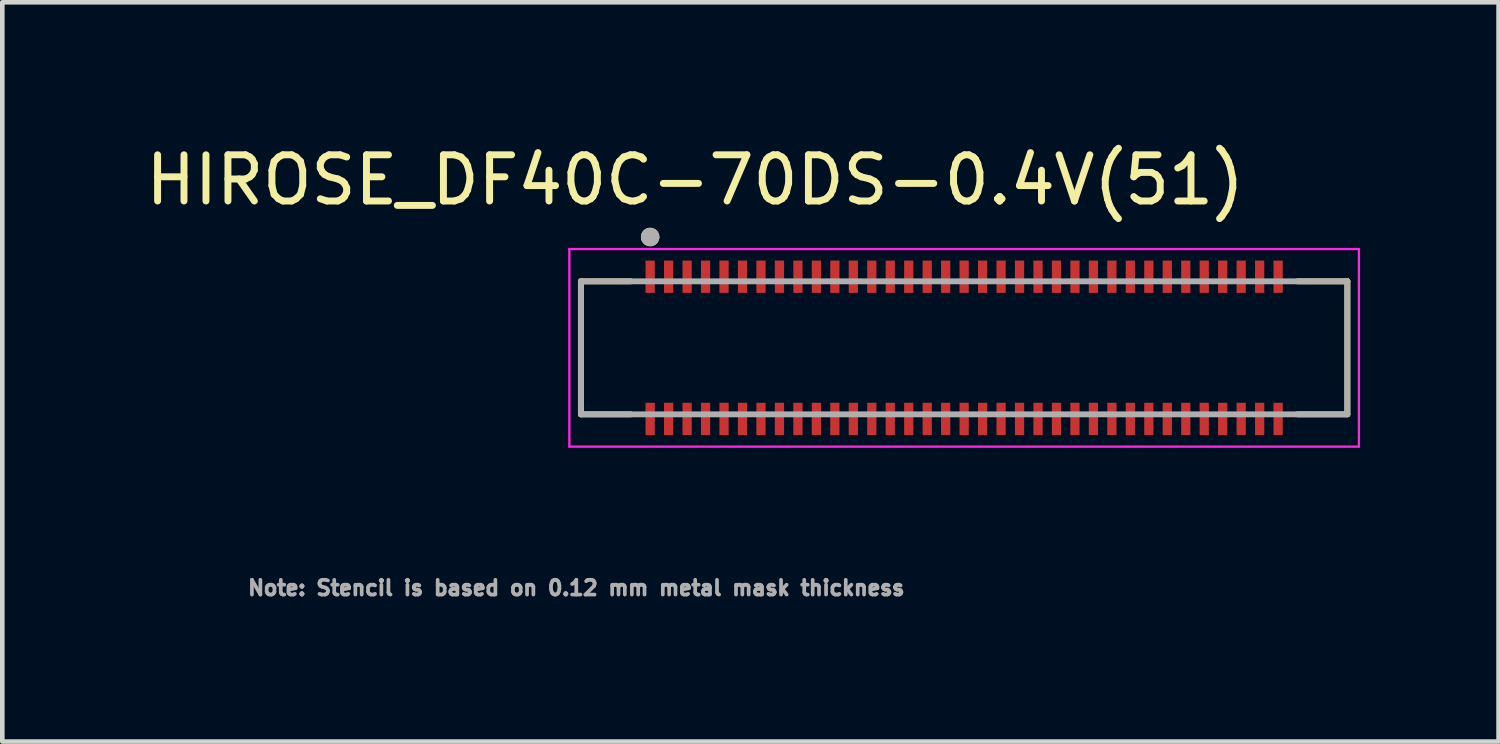
<source format=kicad_pcb>
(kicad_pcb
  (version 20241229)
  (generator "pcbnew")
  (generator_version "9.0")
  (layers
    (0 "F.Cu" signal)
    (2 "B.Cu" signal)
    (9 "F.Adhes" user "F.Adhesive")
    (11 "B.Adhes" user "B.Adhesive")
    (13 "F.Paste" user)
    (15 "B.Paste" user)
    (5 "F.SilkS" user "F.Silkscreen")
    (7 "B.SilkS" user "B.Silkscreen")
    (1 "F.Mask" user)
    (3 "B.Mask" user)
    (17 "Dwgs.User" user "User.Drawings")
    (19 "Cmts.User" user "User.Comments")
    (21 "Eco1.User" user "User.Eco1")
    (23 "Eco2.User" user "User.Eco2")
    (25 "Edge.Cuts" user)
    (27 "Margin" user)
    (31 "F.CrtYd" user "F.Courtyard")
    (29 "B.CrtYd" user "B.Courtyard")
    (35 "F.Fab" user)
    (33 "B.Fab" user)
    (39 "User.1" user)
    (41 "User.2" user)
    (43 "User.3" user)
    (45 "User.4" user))
  (footprint "HIROSE_DF40C-70DS-0.4V(51)"
    (layer "F.Cu")
    (at 17.831 4.483)
    (property "Reference" "HIROSE_DF40C-70DS-0.4V(51)" (at -5.825 -3.635 0) (layer "F.SilkS") (effects (font (size 1 1) (thickness 0.15))))
    (attr through_hole)
    (fp_line (start -8.3 -1.44) (end -8.3 1.44) (stroke (width 0.127) (type solid)) (layer "F.SilkS"))
    (fp_line (start -8.3 1.44) (end -7.22 1.44) (stroke (width 0.127) (type solid)) (layer "F.SilkS"))
    (fp_line (start -7.22 -1.44) (end -8.3 -1.44) (stroke (width 0.127) (type solid)) (layer "F.SilkS"))
    (fp_line (start 7.22 1.44) (end 8.3 1.44) (stroke (width 0.127) (type solid)) (layer "F.SilkS"))
    (fp_line (start 8.3 -1.44) (end 7.22 -1.44) (stroke (width 0.127) (type solid)) (layer "F.SilkS"))
    (fp_line (start 8.3 1.44) (end 8.3 -1.44) (stroke (width 0.127) (type solid)) (layer "F.SilkS"))
    (fp_circle (center -6.8 -2.4) (end -6.7 -2.4) (stroke (width 0.2) (type solid)) (fill no) (layer "F.SilkS"))
    (fp_poly (pts (xy -6.88 -1.82) (xy -6.72 -1.82) (xy -6.72 -1.26) (xy -6.88 -1.26)) (stroke (width 0.01) (type solid)) (fill yes) (layer "F.Paste"))
    (fp_poly (pts (xy -6.88 1.26) (xy -6.72 1.26) (xy -6.72 1.82) (xy -6.88 1.82)) (stroke (width 0.01) (type solid)) (fill yes) (layer "F.Paste"))
    (fp_poly (pts (xy -6.48 -1.82) (xy -6.32 -1.82) (xy -6.32 -1.26) (xy -6.48 -1.26)) (stroke (width 0.01) (type solid)) (fill yes) (layer "F.Paste"))
    (fp_poly (pts (xy -6.48 1.26) (xy -6.32 1.26) (xy -6.32 1.82) (xy -6.48 1.82)) (stroke (width 0.01) (type solid)) (fill yes) (layer "F.Paste"))
    (fp_poly (pts (xy -6.08 -1.82) (xy -5.92 -1.82) (xy -5.92 -1.26) (xy -6.08 -1.26)) (stroke (width 0.01) (type solid)) (fill yes) (layer "F.Paste"))
    (fp_poly (pts (xy -6.08 1.26) (xy -5.92 1.26) (xy -5.92 1.82) (xy -6.08 1.82)) (stroke (width 0.01) (type solid)) (fill yes) (layer "F.Paste"))
    (fp_poly (pts (xy -5.68 -1.82) (xy -5.52 -1.82) (xy -5.52 -1.26) (xy -5.68 -1.26)) (stroke (width 0.01) (type solid)) (fill yes) (layer "F.Paste"))
    (fp_poly (pts (xy -5.68 1.26) (xy -5.52 1.26) (xy -5.52 1.82) (xy -5.68 1.82)) (stroke (width 0.01) (type solid)) (fill yes) (layer "F.Paste"))
    (fp_poly (pts (xy -5.28 -1.82) (xy -5.12 -1.82) (xy -5.12 -1.26) (xy -5.28 -1.26)) (stroke (width 0.01) (type solid)) (fill yes) (layer "F.Paste"))
    (fp_poly (pts (xy -5.28 1.26) (xy -5.12 1.26) (xy -5.12 1.82) (xy -5.28 1.82)) (stroke (width 0.01) (type solid)) (fill yes) (layer "F.Paste"))
    (fp_poly (pts (xy -4.88 -1.82) (xy -4.72 -1.82) (xy -4.72 -1.26) (xy -4.88 -1.26)) (stroke (width 0.01) (type solid)) (fill yes) (layer "F.Paste"))
    (fp_poly (pts (xy -4.88 1.26) (xy -4.72 1.26) (xy -4.72 1.82) (xy -4.88 1.82)) (stroke (width 0.01) (type solid)) (fill yes) (layer "F.Paste"))
    (fp_poly (pts (xy -4.48 -1.82) (xy -4.32 -1.82) (xy -4.32 -1.26) (xy -4.48 -1.26)) (stroke (width 0.01) (type solid)) (fill yes) (layer "F.Paste"))
    (fp_poly (pts (xy -4.48 1.26) (xy -4.32 1.26) (xy -4.32 1.82) (xy -4.48 1.82)) (stroke (width 0.01) (type solid)) (fill yes) (layer "F.Paste"))
    (fp_poly (pts (xy -4.08 -1.82) (xy -3.92 -1.82) (xy -3.92 -1.26) (xy -4.08 -1.26)) (stroke (width 0.01) (type solid)) (fill yes) (layer "F.Paste"))
    (fp_poly (pts (xy -4.08 1.26) (xy -3.92 1.26) (xy -3.92 1.82) (xy -4.08 1.82)) (stroke (width 0.01) (type solid)) (fill yes) (layer "F.Paste"))
    (fp_poly (pts (xy -3.68 -1.82) (xy -3.52 -1.82) (xy -3.52 -1.26) (xy -3.68 -1.26)) (stroke (width 0.01) (type solid)) (fill yes) (layer "F.Paste"))
    (fp_poly (pts (xy -3.68 1.26) (xy -3.52 1.26) (xy -3.52 1.82) (xy -3.68 1.82)) (stroke (width 0.01) (type solid)) (fill yes) (layer "F.Paste"))
    (fp_poly (pts (xy -3.28 -1.82) (xy -3.12 -1.82) (xy -3.12 -1.26) (xy -3.28 -1.26)) (stroke (width 0.01) (type solid)) (fill yes) (layer "F.Paste"))
    (fp_poly (pts (xy -3.28 1.26) (xy -3.12 1.26) (xy -3.12 1.82) (xy -3.28 1.82)) (stroke (width 0.01) (type solid)) (fill yes) (layer "F.Paste"))
    (fp_poly (pts (xy -2.88 -1.82) (xy -2.72 -1.82) (xy -2.72 -1.26) (xy -2.88 -1.26)) (stroke (width 0.01) (type solid)) (fill yes) (layer "F.Paste"))
    (fp_poly (pts (xy -2.88 1.26) (xy -2.72 1.26) (xy -2.72 1.82) (xy -2.88 1.82)) (stroke (width 0.01) (type solid)) (fill yes) (layer "F.Paste"))
    (fp_poly (pts (xy -2.48 -1.82) (xy -2.32 -1.82) (xy -2.32 -1.26) (xy -2.48 -1.26)) (stroke (width 0.01) (type solid)) (fill yes) (layer "F.Paste"))
    (fp_poly (pts (xy -2.48 1.26) (xy -2.32 1.26) (xy -2.32 1.82) (xy -2.48 1.82)) (stroke (width 0.01) (type solid)) (fill yes) (layer "F.Paste"))
    (fp_poly (pts (xy -2.08 -1.82) (xy -1.92 -1.82) (xy -1.92 -1.26) (xy -2.08 -1.26)) (stroke (width 0.01) (type solid)) (fill yes) (layer "F.Paste"))
    (fp_poly (pts (xy -2.08 1.26) (xy -1.92 1.26) (xy -1.92 1.82) (xy -2.08 1.82)) (stroke (width 0.01) (type solid)) (fill yes) (layer "F.Paste"))
    (fp_poly (pts (xy -1.68 -1.82) (xy -1.52 -1.82) (xy -1.52 -1.26) (xy -1.68 -1.26)) (stroke (width 0.01) (type solid)) (fill yes) (layer "F.Paste"))
    (fp_poly (pts (xy -1.68 1.26) (xy -1.52 1.26) (xy -1.52 1.82) (xy -1.68 1.82)) (stroke (width 0.01) (type solid)) (fill yes) (layer "F.Paste"))
    (fp_poly (pts (xy -1.28 -1.82) (xy -1.12 -1.82) (xy -1.12 -1.26) (xy -1.28 -1.26)) (stroke (width 0.01) (type solid)) (fill yes) (layer "F.Paste"))
    (fp_poly (pts (xy -1.28 1.26) (xy -1.12 1.26) (xy -1.12 1.82) (xy -1.28 1.82)) (stroke (width 0.01) (type solid)) (fill yes) (layer "F.Paste"))
    (fp_poly (pts (xy -0.88 -1.82) (xy -0.72 -1.82) (xy -0.72 -1.26) (xy -0.88 -1.26)) (stroke (width 0.01) (type solid)) (fill yes) (layer "F.Paste"))
    (fp_poly (pts (xy -0.88 1.26) (xy -0.72 1.26) (xy -0.72 1.82) (xy -0.88 1.82)) (stroke (width 0.01) (type solid)) (fill yes) (layer "F.Paste"))
    (fp_poly (pts (xy -0.48 -1.82) (xy -0.32 -1.82) (xy -0.32 -1.26) (xy -0.48 -1.26)) (stroke (width 0.01) (type solid)) (fill yes) (layer "F.Paste"))
    (fp_poly (pts (xy -0.48 1.26) (xy -0.32 1.26) (xy -0.32 1.82) (xy -0.48 1.82)) (stroke (width 0.01) (type solid)) (fill yes) (layer "F.Paste"))
    (fp_poly (pts (xy -0.08 -1.82) (xy 0.08 -1.82) (xy 0.08 -1.26) (xy -0.08 -1.26)) (stroke (width 0.01) (type solid)) (fill yes) (layer "F.Paste"))
    (fp_poly (pts (xy -0.08 1.26) (xy 0.08 1.26) (xy 0.08 1.82) (xy -0.08 1.82)) (stroke (width 0.01) (type solid)) (fill yes) (layer "F.Paste"))
    (fp_poly (pts (xy 0.32 -1.82) (xy 0.48 -1.82) (xy 0.48 -1.26) (xy 0.32 -1.26)) (stroke (width 0.01) (type solid)) (fill yes) (layer "F.Paste"))
    (fp_poly (pts (xy 0.32 1.26) (xy 0.48 1.26) (xy 0.48 1.82) (xy 0.32 1.82)) (stroke (width 0.01) (type solid)) (fill yes) (layer "F.Paste"))
    (fp_poly (pts (xy 0.72 -1.82) (xy 0.88 -1.82) (xy 0.88 -1.26) (xy 0.72 -1.26)) (stroke (width 0.01) (type solid)) (fill yes) (layer "F.Paste"))
    (fp_poly (pts (xy 0.72 1.26) (xy 0.88 1.26) (xy 0.88 1.82) (xy 0.72 1.82)) (stroke (width 0.01) (type solid)) (fill yes) (layer "F.Paste"))
    (fp_poly (pts (xy 1.12 -1.82) (xy 1.28 -1.82) (xy 1.28 -1.26) (xy 1.12 -1.26)) (stroke (width 0.01) (type solid)) (fill yes) (layer "F.Paste"))
    (fp_poly (pts (xy 1.12 1.26) (xy 1.28 1.26) (xy 1.28 1.82) (xy 1.12 1.82)) (stroke (width 0.01) (type solid)) (fill yes) (layer "F.Paste"))
    (fp_poly (pts (xy 1.52 -1.82) (xy 1.68 -1.82) (xy 1.68 -1.26) (xy 1.52 -1.26)) (stroke (width 0.01) (type solid)) (fill yes) (layer "F.Paste"))
    (fp_poly (pts (xy 1.52 1.26) (xy 1.68 1.26) (xy 1.68 1.82) (xy 1.52 1.82)) (stroke (width 0.01) (type solid)) (fill yes) (layer "F.Paste"))
    (fp_poly (pts (xy 1.92 -1.82) (xy 2.08 -1.82) (xy 2.08 -1.26) (xy 1.92 -1.26)) (stroke (width 0.01) (type solid)) (fill yes) (layer "F.Paste"))
    (fp_poly (pts (xy 1.92 1.26) (xy 2.08 1.26) (xy 2.08 1.82) (xy 1.92 1.82)) (stroke (width 0.01) (type solid)) (fill yes) (layer "F.Paste"))
    (fp_poly (pts (xy 2.32 -1.82) (xy 2.48 -1.82) (xy 2.48 -1.26) (xy 2.32 -1.26)) (stroke (width 0.01) (type solid)) (fill yes) (layer "F.Paste"))
    (fp_poly (pts (xy 2.32 1.26) (xy 2.48 1.26) (xy 2.48 1.82) (xy 2.32 1.82)) (stroke (width 0.01) (type solid)) (fill yes) (layer "F.Paste"))
    (fp_poly (pts (xy 2.72 -1.82) (xy 2.88 -1.82) (xy 2.88 -1.26) (xy 2.72 -1.26)) (stroke (width 0.01) (type solid)) (fill yes) (layer "F.Paste"))
    (fp_poly (pts (xy 2.72 1.26) (xy 2.88 1.26) (xy 2.88 1.82) (xy 2.72 1.82)) (stroke (width 0.01) (type solid)) (fill yes) (layer "F.Paste"))
    (fp_poly (pts (xy 3.12 -1.82) (xy 3.28 -1.82) (xy 3.28 -1.26) (xy 3.12 -1.26)) (stroke (width 0.01) (type solid)) (fill yes) (layer "F.Paste"))
    (fp_poly (pts (xy 3.12 1.26) (xy 3.28 1.26) (xy 3.28 1.82) (xy 3.12 1.82)) (stroke (width 0.01) (type solid)) (fill yes) (layer "F.Paste"))
    (fp_poly (pts (xy 3.52 -1.82) (xy 3.68 -1.82) (xy 3.68 -1.26) (xy 3.52 -1.26)) (stroke (width 0.01) (type solid)) (fill yes) (layer "F.Paste"))
    (fp_poly (pts (xy 3.52 1.26) (xy 3.68 1.26) (xy 3.68 1.82) (xy 3.52 1.82)) (stroke (width 0.01) (type solid)) (fill yes) (layer "F.Paste"))
    (fp_poly (pts (xy 3.92 -1.82) (xy 4.08 -1.82) (xy 4.08 -1.26) (xy 3.92 -1.26)) (stroke (width 0.01) (type solid)) (fill yes) (layer "F.Paste"))
    (fp_poly (pts (xy 3.92 1.26) (xy 4.08 1.26) (xy 4.08 1.82) (xy 3.92 1.82)) (stroke (width 0.01) (type solid)) (fill yes) (layer "F.Paste"))
    (fp_poly (pts (xy 4.32 -1.82) (xy 4.48 -1.82) (xy 4.48 -1.26) (xy 4.32 -1.26)) (stroke (width 0.01) (type solid)) (fill yes) (layer "F.Paste"))
    (fp_poly (pts (xy 4.32 1.26) (xy 4.48 1.26) (xy 4.48 1.82) (xy 4.32 1.82)) (stroke (width 0.01) (type solid)) (fill yes) (layer "F.Paste"))
    (fp_poly (pts (xy 4.72 -1.82) (xy 4.88 -1.82) (xy 4.88 -1.26) (xy 4.72 -1.26)) (stroke (width 0.01) (type solid)) (fill yes) (layer "F.Paste"))
    (fp_poly (pts (xy 4.72 1.26) (xy 4.88 1.26) (xy 4.88 1.82) (xy 4.72 1.82)) (stroke (width 0.01) (type solid)) (fill yes) (layer "F.Paste"))
    (fp_poly (pts (xy 5.12 -1.82) (xy 5.28 -1.82) (xy 5.28 -1.26) (xy 5.12 -1.26)) (stroke (width 0.01) (type solid)) (fill yes) (layer "F.Paste"))
    (fp_poly (pts (xy 5.12 1.26) (xy 5.28 1.26) (xy 5.28 1.82) (xy 5.12 1.82)) (stroke (width 0.01) (type solid)) (fill yes) (layer "F.Paste"))
    (fp_poly (pts (xy 5.52 -1.82) (xy 5.68 -1.82) (xy 5.68 -1.26) (xy 5.52 -1.26)) (stroke (width 0.01) (type solid)) (fill yes) (layer "F.Paste"))
    (fp_poly (pts (xy 5.52 1.26) (xy 5.68 1.26) (xy 5.68 1.82) (xy 5.52 1.82)) (stroke (width 0.01) (type solid)) (fill yes) (layer "F.Paste"))
    (fp_poly (pts (xy 5.92 -1.82) (xy 6.08 -1.82) (xy 6.08 -1.26) (xy 5.92 -1.26)) (stroke (width 0.01) (type solid)) (fill yes) (layer "F.Paste"))
    (fp_poly (pts (xy 5.92 1.26) (xy 6.08 1.26) (xy 6.08 1.82) (xy 5.92 1.82)) (stroke (width 0.01) (type solid)) (fill yes) (layer "F.Paste"))
    (fp_poly (pts (xy 6.32 -1.82) (xy 6.48 -1.82) (xy 6.48 -1.26) (xy 6.32 -1.26)) (stroke (width 0.01) (type solid)) (fill yes) (layer "F.Paste"))
    (fp_poly (pts (xy 6.32 1.26) (xy 6.48 1.26) (xy 6.48 1.82) (xy 6.32 1.82)) (stroke (width 0.01) (type solid)) (fill yes) (layer "F.Paste"))
    (fp_poly (pts (xy 6.72 -1.82) (xy 6.88 -1.82) (xy 6.88 -1.26) (xy 6.72 -1.26)) (stroke (width 0.01) (type solid)) (fill yes) (layer "F.Paste"))
    (fp_poly (pts (xy 6.72 1.26) (xy 6.88 1.26) (xy 6.88 1.82) (xy 6.72 1.82)) (stroke (width 0.01) (type solid)) (fill yes) (layer "F.Paste"))
    (fp_line (start -8.55 -2.14) (end -8.55 2.14) (stroke (width 0.05) (type solid)) (layer "F.CrtYd"))
    (fp_line (start -8.55 2.14) (end 8.55 2.14) (stroke (width 0.05) (type solid)) (layer "F.CrtYd"))
    (fp_line (start 8.55 -2.14) (end -8.55 -2.14) (stroke (width 0.05) (type solid)) (layer "F.CrtYd"))
    (fp_line (start 8.55 2.14) (end 8.55 -2.14) (stroke (width 0.05) (type solid)) (layer "F.CrtYd"))
    (fp_line (start -8.3 -1.44) (end -8.3 1.44) (stroke (width 0.127) (type solid)) (layer "F.Fab"))
    (fp_line (start -8.3 1.44) (end 8.3 1.44) (stroke (width 0.127) (type solid)) (layer "F.Fab"))
    (fp_line (start 8.3 -1.44) (end -8.3 -1.44) (stroke (width 0.127) (type solid)) (layer "F.Fab"))
    (fp_line (start 8.3 1.44) (end 8.3 -1.44) (stroke (width 0.127) (type solid)) (layer "F.Fab"))
    (fp_circle (center -6.8 -2.4) (end -6.7 -2.4) (stroke (width 0.2) (type solid)) (fill no) (layer "F.Fab"))
    (fp_text user "Note: Stencil is based on 0.12 mm metal mask thickness" (at -8.4 5.2 0) (layer "F.Fab") (effects (font (size 0.32 0.32) (thickness 0.15))))
    (pad "1" smd rect (at -6.8 -1.54) (size 0.2 0.7) (layers "F.Cu" "F.Mask"))
    (pad "2" smd rect (at -6.8 1.54) (size 0.2 0.7) (layers "F.Cu" "F.Mask"))
    (pad "3" smd rect (at -6.4 -1.54) (size 0.2 0.7) (layers "F.Cu" "F.Mask"))
    (pad "4" smd rect (at -6.4 1.54) (size 0.2 0.7) (layers "F.Cu" "F.Mask"))
    (pad "5" smd rect (at -6 -1.54) (size 0.2 0.7) (layers "F.Cu" "F.Mask"))
    (pad "6" smd rect (at -6 1.54) (size 0.2 0.7) (layers "F.Cu" "F.Mask"))
    (pad "7" smd rect (at -5.6 -1.54) (size 0.2 0.7) (layers "F.Cu" "F.Mask"))
    (pad "8" smd rect (at -5.6 1.54) (size 0.2 0.7) (layers "F.Cu" "F.Mask"))
    (pad "9" smd rect (at -5.2 -1.54) (size 0.2 0.7) (layers "F.Cu" "F.Mask"))
    (pad "10" smd rect (at -5.2 1.54) (size 0.2 0.7) (layers "F.Cu" "F.Mask"))
    (pad "11" smd rect (at -4.8 -1.54) (size 0.2 0.7) (layers "F.Cu" "F.Mask"))
    (pad "12" smd rect (at -4.8 1.54) (size 0.2 0.7) (layers "F.Cu" "F.Mask"))
    (pad "13" smd rect (at -4.4 -1.54) (size 0.2 0.7) (layers "F.Cu" "F.Mask"))
    (pad "14" smd rect (at -4.4 1.54) (size 0.2 0.7) (layers "F.Cu" "F.Mask"))
    (pad "15" smd rect (at -4 -1.54) (size 0.2 0.7) (layers "F.Cu" "F.Mask"))
    (pad "16" smd rect (at -4 1.54) (size 0.2 0.7) (layers "F.Cu" "F.Mask"))
    (pad "17" smd rect (at -3.6 -1.54) (size 0.2 0.7) (layers "F.Cu" "F.Mask"))
    (pad "18" smd rect (at -3.6 1.54) (size 0.2 0.7) (layers "F.Cu" "F.Mask"))
    (pad "19" smd rect (at -3.2 -1.54) (size 0.2 0.7) (layers "F.Cu" "F.Mask"))
    (pad "20" smd rect (at -3.2 1.54) (size 0.2 0.7) (layers "F.Cu" "F.Mask"))
    (pad "21" smd rect (at -2.8 -1.54) (size 0.2 0.7) (layers "F.Cu" "F.Mask"))
    (pad "22" smd rect (at -2.8 1.54) (size 0.2 0.7) (layers "F.Cu" "F.Mask"))
    (pad "23" smd rect (at -2.4 -1.54) (size 0.2 0.7) (layers "F.Cu" "F.Mask"))
    (pad "24" smd rect (at -2.4 1.54) (size 0.2 0.7) (layers "F.Cu" "F.Mask"))
    (pad "25" smd rect (at -2 -1.54) (size 0.2 0.7) (layers "F.Cu" "F.Mask"))
    (pad "26" smd rect (at -2 1.54) (size 0.2 0.7) (layers "F.Cu" "F.Mask"))
    (pad "27" smd rect (at -1.6 -1.54) (size 0.2 0.7) (layers "F.Cu" "F.Mask"))
    (pad "28" smd rect (at -1.6 1.54) (size 0.2 0.7) (layers "F.Cu" "F.Mask"))
    (pad "29" smd rect (at -1.2 -1.54) (size 0.2 0.7) (layers "F.Cu" "F.Mask"))
    (pad "30" smd rect (at -1.2 1.54) (size 0.2 0.7) (layers "F.Cu" "F.Mask"))
    (pad "31" smd rect (at -0.8 -1.54) (size 0.2 0.7) (layers "F.Cu" "F.Mask"))
    (pad "32" smd rect (at -0.8 1.54) (size 0.2 0.7) (layers "F.Cu" "F.Mask"))
    (pad "33" smd rect (at -0.4 -1.54) (size 0.2 0.7) (layers "F.Cu" "F.Mask"))
    (pad "34" smd rect (at -0.4 1.54) (size 0.2 0.7) (layers "F.Cu" "F.Mask"))
    (pad "35" smd rect (at 0 -1.54) (size 0.2 0.7) (layers "F.Cu" "F.Mask"))
    (pad "36" smd rect (at 0 1.54) (size 0.2 0.7) (layers "F.Cu" "F.Mask"))
    (pad "37" smd rect (at 0.4 -1.54) (size 0.2 0.7) (layers "F.Cu" "F.Mask"))
    (pad "38" smd rect (at 0.4 1.54) (size 0.2 0.7) (layers "F.Cu" "F.Mask"))
    (pad "39" smd rect (at 0.8 -1.54) (size 0.2 0.7) (layers "F.Cu" "F.Mask"))
    (pad "40" smd rect (at 0.8 1.54) (size 0.2 0.7) (layers "F.Cu" "F.Mask"))
    (pad "41" smd rect (at 1.2 -1.54) (size 0.2 0.7) (layers "F.Cu" "F.Mask"))
    (pad "42" smd rect (at 1.2 1.54) (size 0.2 0.7) (layers "F.Cu" "F.Mask"))
    (pad "43" smd rect (at 1.6 -1.54) (size 0.2 0.7) (layers "F.Cu" "F.Mask"))
    (pad "44" smd rect (at 1.6 1.54) (size 0.2 0.7) (layers "F.Cu" "F.Mask"))
    (pad "45" smd rect (at 2 -1.54) (size 0.2 0.7) (layers "F.Cu" "F.Mask"))
    (pad "46" smd rect (at 2 1.54) (size 0.2 0.7) (layers "F.Cu" "F.Mask"))
    (pad "47" smd rect (at 2.4 -1.54) (size 0.2 0.7) (layers "F.Cu" "F.Mask"))
    (pad "48" smd rect (at 2.4 1.54) (size 0.2 0.7) (layers "F.Cu" "F.Mask"))
    (pad "49" smd rect (at 2.8 -1.54) (size 0.2 0.7) (layers "F.Cu" "F.Mask"))
    (pad "50" smd rect (at 2.8 1.54) (size 0.2 0.7) (layers "F.Cu" "F.Mask"))
    (pad "51" smd rect (at 3.2 -1.54) (size 0.2 0.7) (layers "F.Cu" "F.Mask"))
    (pad "52" smd rect (at 3.2 1.54) (size 0.2 0.7) (layers "F.Cu" "F.Mask"))
    (pad "53" smd rect (at 3.6 -1.54) (size 0.2 0.7) (layers "F.Cu" "F.Mask"))
    (pad "54" smd rect (at 3.6 1.54) (size 0.2 0.7) (layers "F.Cu" "F.Mask"))
    (pad "55" smd rect (at 4 -1.54) (size 0.2 0.7) (layers "F.Cu" "F.Mask"))
    (pad "56" smd rect (at 4 1.54) (size 0.2 0.7) (layers "F.Cu" "F.Mask"))
    (pad "57" smd rect (at 4.4 -1.54) (size 0.2 0.7) (layers "F.Cu" "F.Mask"))
    (pad "58" smd rect (at 4.4 1.54) (size 0.2 0.7) (layers "F.Cu" "F.Mask"))
    (pad "59" smd rect (at 4.8 -1.54) (size 0.2 0.7) (layers "F.Cu" "F.Mask"))
    (pad "60" smd rect (at 4.8 1.54) (size 0.2 0.7) (layers "F.Cu" "F.Mask"))
    (pad "61" smd rect (at 5.2 -1.54) (size 0.2 0.7) (layers "F.Cu" "F.Mask"))
    (pad "62" smd rect (at 5.2 1.54) (size 0.2 0.7) (layers "F.Cu" "F.Mask"))
    (pad "63" smd rect (at 5.6 -1.54) (size 0.2 0.7) (layers "F.Cu" "F.Mask"))
    (pad "64" smd rect (at 5.6 1.54) (size 0.2 0.7) (layers "F.Cu" "F.Mask"))
    (pad "65" smd rect (at 6 -1.54) (size 0.2 0.7) (layers "F.Cu" "F.Mask"))
    (pad "66" smd rect (at 6 1.54) (size 0.2 0.7) (layers "F.Cu" "F.Mask"))
    (pad "67" smd rect (at 6.4 -1.54) (size 0.2 0.7) (layers "F.Cu" "F.Mask"))
    (pad "68" smd rect (at 6.4 1.54) (size 0.2 0.7) (layers "F.Cu" "F.Mask"))
    (pad "69" smd rect (at 6.8 -1.54) (size 0.2 0.7) (layers "F.Cu" "F.Mask"))
    (pad "70" smd rect (at 6.8 1.54) (size 0.2 0.7) (layers "F.Cu" "F.Mask"))
    (zone (net_name "") (layer "F.Cu") (hatch full 0.508) (connect_pads) (min_thickness 0.01) (filled_areas_thickness no) (keepout (tracks not_allowed) (vias not_allowed) (pads not_allowed) (copperpour not_allowed) (footprints allowed)) (placement (enabled no)) (fill) (polygon (pts (xy 10.931 3.293) (xy 11.131 3.293) (xy 11.131 3.733) (xy 10.931 3.733))))
    (zone (net_name "") (layer "F.Cu") (hatch full 0.508) (connect_pads) (min_thickness 0.01) (filled_areas_thickness no) (keepout (tracks not_allowed) (vias not_allowed) (pads not_allowed) (copperpour not_allowed) (footprints allowed)) (placement (enabled no)) (fill) (polygon (pts (xy 10.931 5.233) (xy 11.131 5.233) (xy 11.131 5.673) (xy 10.931 5.673))))
    (zone (net_name "") (layer "F.Cu") (hatch full 0.508) (connect_pads) (min_thickness 0.01) (filled_areas_thickness no) (keepout (tracks not_allowed) (vias not_allowed) (pads not_allowed) (copperpour not_allowed) (footprints allowed)) (placement (enabled no)) (fill) (polygon (pts (xy 11.331 3.293) (xy 11.531 3.293) (xy 11.531 3.733) (xy 11.331 3.733))))
    (zone (net_name "") (layer "F.Cu") (hatch full 0.508) (connect_pads) (min_thickness 0.01) (filled_areas_thickness no) (keepout (tracks not_allowed) (vias not_allowed) (pads not_allowed) (copperpour not_allowed) (footprints allowed)) (placement (enabled no)) (fill) (polygon (pts (xy 11.331 5.233) (xy 11.531 5.233) (xy 11.531 5.673) (xy 11.331 5.673))))
    (zone (net_name "") (layer "F.Cu") (hatch full 0.508) (connect_pads) (min_thickness 0.01) (filled_areas_thickness no) (keepout (tracks not_allowed) (vias not_allowed) (pads not_allowed) (copperpour not_allowed) (footprints allowed)) (placement (enabled no)) (fill) (polygon (pts (xy 11.731 3.293) (xy 11.931 3.293) (xy 11.931 3.733) (xy 11.731 3.733))))
    (zone (net_name "") (layer "F.Cu") (hatch full 0.508) (connect_pads) (min_thickness 0.01) (filled_areas_thickness no) (keepout (tracks not_allowed) (vias not_allowed) (pads not_allowed) (copperpour not_allowed) (footprints allowed)) (placement (enabled no)) (fill) (polygon (pts (xy 11.731 5.233) (xy 11.931 5.233) (xy 11.931 5.673) (xy 11.731 5.673))))
    (zone (net_name "") (layer "F.Cu") (hatch full 0.508) (connect_pads) (min_thickness 0.01) (filled_areas_thickness no) (keepout (tracks not_allowed) (vias not_allowed) (pads not_allowed) (copperpour not_allowed) (footprints allowed)) (placement (enabled no)) (fill) (polygon (pts (xy 12.131 3.293) (xy 12.331 3.293) (xy 12.331 3.733) (xy 12.131 3.733))))
    (zone (net_name "") (layer "F.Cu") (hatch full 0.508) (connect_pads) (min_thickness 0.01) (filled_areas_thickness no) (keepout (tracks not_allowed) (vias not_allowed) (pads not_allowed) (copperpour not_allowed) (footprints allowed)) (placement (enabled no)) (fill) (polygon (pts (xy 12.131 5.233) (xy 12.331 5.233) (xy 12.331 5.673) (xy 12.131 5.673))))
    (zone (net_name "") (layer "F.Cu") (hatch full 0.508) (connect_pads) (min_thickness 0.01) (filled_areas_thickness no) (keepout (tracks not_allowed) (vias not_allowed) (pads not_allowed) (copperpour not_allowed) (footprints allowed)) (placement (enabled no)) (fill) (polygon (pts (xy 12.531 3.293) (xy 12.731 3.293) (xy 12.731 3.733) (xy 12.531 3.733))))
    (zone (net_name "") (layer "F.Cu") (hatch full 0.508) (connect_pads) (min_thickness 0.01) (filled_areas_thickness no) (keepout (tracks not_allowed) (vias not_allowed) (pads not_allowed) (copperpour not_allowed) (footprints allowed)) (placement (enabled no)) (fill) (polygon (pts (xy 12.531 5.233) (xy 12.731 5.233) (xy 12.731 5.673) (xy 12.531 5.673))))
    (zone (net_name "") (layer "F.Cu") (hatch full 0.508) (connect_pads) (min_thickness 0.01) (filled_areas_thickness no) (keepout (tracks not_allowed) (vias not_allowed) (pads not_allowed) (copperpour not_allowed) (footprints allowed)) (placement (enabled no)) (fill) (polygon (pts (xy 12.931 3.293) (xy 13.131 3.293) (xy 13.131 3.733) (xy 12.931 3.733))))
    (zone (net_name "") (layer "F.Cu") (hatch full 0.508) (connect_pads) (min_thickness 0.01) (filled_areas_thickness no) (keepout (tracks not_allowed) (vias not_allowed) (pads not_allowed) (copperpour not_allowed) (footprints allowed)) (placement (enabled no)) (fill) (polygon (pts (xy 12.931 5.233) (xy 13.131 5.233) (xy 13.131 5.673) (xy 12.931 5.673))))
    (zone (net_name "") (layer "F.Cu") (hatch full 0.508) (connect_pads) (min_thickness 0.01) (filled_areas_thickness no) (keepout (tracks not_allowed) (vias not_allowed) (pads not_allowed) (copperpour not_allowed) (footprints allowed)) (placement (enabled no)) (fill) (polygon (pts (xy 13.331 3.293) (xy 13.531 3.293) (xy 13.531 3.733) (xy 13.331 3.733))))
    (zone (net_name "") (layer "F.Cu") (hatch full 0.508) (connect_pads) (min_thickness 0.01) (filled_areas_thickness no) (keepout (tracks not_allowed) (vias not_allowed) (pads not_allowed) (copperpour not_allowed) (footprints allowed)) (placement (enabled no)) (fill) (polygon (pts (xy 13.331 5.233) (xy 13.531 5.233) (xy 13.531 5.673) (xy 13.331 5.673))))
    (zone (net_name "") (layer "F.Cu") (hatch full 0.508) (connect_pads) (min_thickness 0.01) (filled_areas_thickness no) (keepout (tracks not_allowed) (vias not_allowed) (pads not_allowed) (copperpour not_allowed) (footprints allowed)) (placement (enabled no)) (fill) (polygon (pts (xy 13.731 3.293) (xy 13.931 3.293) (xy 13.931 3.733) (xy 13.731 3.733))))
    (zone (net_name "") (layer "F.Cu") (hatch full 0.508) (connect_pads) (min_thickness 0.01) (filled_areas_thickness no) (keepout (tracks not_allowed) (vias not_allowed) (pads not_allowed) (copperpour not_allowed) (footprints allowed)) (placement (enabled no)) (fill) (polygon (pts (xy 13.731 5.233) (xy 13.931 5.233) (xy 13.931 5.673) (xy 13.731 5.673))))
    (zone (net_name "") (layer "F.Cu") (hatch full 0.508) (connect_pads) (min_thickness 0.01) (filled_areas_thickness no) (keepout (tracks not_allowed) (vias not_allowed) (pads not_allowed) (copperpour not_allowed) (footprints allowed)) (placement (enabled no)) (fill) (polygon (pts (xy 14.131 3.293) (xy 14.331 3.293) (xy 14.331 3.733) (xy 14.131 3.733))))
    (zone (net_name "") (layer "F.Cu") (hatch full 0.508) (connect_pads) (min_thickness 0.01) (filled_areas_thickness no) (keepout (tracks not_allowed) (vias not_allowed) (pads not_allowed) (copperpour not_allowed) (footprints allowed)) (placement (enabled no)) (fill) (polygon (pts (xy 14.131 5.233) (xy 14.331 5.233) (xy 14.331 5.673) (xy 14.131 5.673))))
    (zone (net_name "") (layer "F.Cu") (hatch full 0.508) (connect_pads) (min_thickness 0.01) (filled_areas_thickness no) (keepout (tracks not_allowed) (vias not_allowed) (pads not_allowed) (copperpour not_allowed) (footprints allowed)) (placement (enabled no)) (fill) (polygon (pts (xy 14.531 3.293) (xy 14.731 3.293) (xy 14.731 3.733) (xy 14.531 3.733))))
    (zone (net_name "") (layer "F.Cu") (hatch full 0.508) (connect_pads) (min_thickness 0.01) (filled_areas_thickness no) (keepout (tracks not_allowed) (vias not_allowed) (pads not_allowed) (copperpour not_allowed) (footprints allowed)) (placement (enabled no)) (fill) (polygon (pts (xy 14.531 5.233) (xy 14.731 5.233) (xy 14.731 5.673) (xy 14.531 5.673))))
    (zone (net_name "") (layer "F.Cu") (hatch full 0.508) (connect_pads) (min_thickness 0.01) (filled_areas_thickness no) (keepout (tracks not_allowed) (vias not_allowed) (pads not_allowed) (copperpour not_allowed) (footprints allowed)) (placement (enabled no)) (fill) (polygon (pts (xy 14.931 3.293) (xy 15.131 3.293) (xy 15.131 3.733) (xy 14.931 3.733))))
    (zone (net_name "") (layer "F.Cu") (hatch full 0.508) (connect_pads) (min_thickness 0.01) (filled_areas_thickness no) (keepout (tracks not_allowed) (vias not_allowed) (pads not_allowed) (copperpour not_allowed) (footprints allowed)) (placement (enabled no)) (fill) (polygon (pts (xy 14.931 5.233) (xy 15.131 5.233) (xy 15.131 5.673) (xy 14.931 5.673))))
    (zone (net_name "") (layer "F.Cu") (hatch full 0.508) (connect_pads) (min_thickness 0.01) (filled_areas_thickness no) (keepout (tracks not_allowed) (vias not_allowed) (pads not_allowed) (copperpour not_allowed) (footprints allowed)) (placement (enabled no)) (fill) (polygon (pts (xy 15.331 3.293) (xy 15.531 3.293) (xy 15.531 3.733) (xy 15.331 3.733))))
    (zone (net_name "") (layer "F.Cu") (hatch full 0.508) (connect_pads) (min_thickness 0.01) (filled_areas_thickness no) (keepout (tracks not_allowed) (vias not_allowed) (pads not_allowed) (copperpour not_allowed) (footprints allowed)) (placement (enabled no)) (fill) (polygon (pts (xy 15.331 5.233) (xy 15.531 5.233) (xy 15.531 5.673) (xy 15.331 5.673))))
    (zone (net_name "") (layer "F.Cu") (hatch full 0.508) (connect_pads) (min_thickness 0.01) (filled_areas_thickness no) (keepout (tracks not_allowed) (vias not_allowed) (pads not_allowed) (copperpour not_allowed) (footprints allowed)) (placement (enabled no)) (fill) (polygon (pts (xy 15.731 3.293) (xy 15.931 3.293) (xy 15.931 3.733) (xy 15.731 3.733))))
    (zone (net_name "") (layer "F.Cu") (hatch full 0.508) (connect_pads) (min_thickness 0.01) (filled_areas_thickness no) (keepout (tracks not_allowed) (vias not_allowed) (pads not_allowed) (copperpour not_allowed) (footprints allowed)) (placement (enabled no)) (fill) (polygon (pts (xy 15.731 5.233) (xy 15.931 5.233) (xy 15.931 5.673) (xy 15.731 5.673))))
    (zone (net_name "") (layer "F.Cu") (hatch full 0.508) (connect_pads) (min_thickness 0.01) (filled_areas_thickness no) (keepout (tracks not_allowed) (vias not_allowed) (pads not_allowed) (copperpour not_allowed) (footprints allowed)) (placement (enabled no)) (fill) (polygon (pts (xy 16.131 3.293) (xy 16.331 3.293) (xy 16.331 3.733) (xy 16.131 3.733))))
    (zone (net_name "") (layer "F.Cu") (hatch full 0.508) (connect_pads) (min_thickness 0.01) (filled_areas_thickness no) (keepout (tracks not_allowed) (vias not_allowed) (pads not_allowed) (copperpour not_allowed) (footprints allowed)) (placement (enabled no)) (fill) (polygon (pts (xy 16.131 5.233) (xy 16.331 5.233) (xy 16.331 5.673) (xy 16.131 5.673))))
    (zone (net_name "") (layer "F.Cu") (hatch full 0.508) (connect_pads) (min_thickness 0.01) (filled_areas_thickness no) (keepout (tracks not_allowed) (vias not_allowed) (pads not_allowed) (copperpour not_allowed) (footprints allowed)) (placement (enabled no)) (fill) (polygon (pts (xy 16.531 3.293) (xy 16.731 3.293) (xy 16.731 3.733) (xy 16.531 3.733))))
    (zone (net_name "") (layer "F.Cu") (hatch full 0.508) (connect_pads) (min_thickness 0.01) (filled_areas_thickness no) (keepout (tracks not_allowed) (vias not_allowed) (pads not_allowed) (copperpour not_allowed) (footprints allowed)) (placement (enabled no)) (fill) (polygon (pts (xy 16.531 5.233) (xy 16.731 5.233) (xy 16.731 5.673) (xy 16.531 5.673))))
    (zone (net_name "") (layer "F.Cu") (hatch full 0.508) (connect_pads) (min_thickness 0.01) (filled_areas_thickness no) (keepout (tracks not_allowed) (vias not_allowed) (pads not_allowed) (copperpour not_allowed) (footprints allowed)) (placement (enabled no)) (fill) (polygon (pts (xy 16.931 3.293) (xy 17.131 3.293) (xy 17.131 3.733) (xy 16.931 3.733))))
    (zone (net_name "") (layer "F.Cu") (hatch full 0.508) (connect_pads) (min_thickness 0.01) (filled_areas_thickness no) (keepout (tracks not_allowed) (vias not_allowed) (pads not_allowed) (copperpour not_allowed) (footprints allowed)) (placement (enabled no)) (fill) (polygon (pts (xy 16.931 5.233) (xy 17.131 5.233) (xy 17.131 5.673) (xy 16.931 5.673))))
    (zone (net_name "") (layer "F.Cu") (hatch full 0.508) (connect_pads) (min_thickness 0.01) (filled_areas_thickness no) (keepout (tracks not_allowed) (vias not_allowed) (pads not_allowed) (copperpour not_allowed) (footprints allowed)) (placement (enabled no)) (fill) (polygon (pts (xy 17.331 3.293) (xy 17.531 3.293) (xy 17.531 3.733) (xy 17.331 3.733))))
    (zone (net_name "") (layer "F.Cu") (hatch full 0.508) (connect_pads) (min_thickness 0.01) (filled_areas_thickness no) (keepout (tracks not_allowed) (vias not_allowed) (pads not_allowed) (copperpour not_allowed) (footprints allowed)) (placement (enabled no)) (fill) (polygon (pts (xy 17.331 5.233) (xy 17.531 5.233) (xy 17.531 5.673) (xy 17.331 5.673))))
    (zone (net_name "") (layer "F.Cu") (hatch full 0.508) (connect_pads) (min_thickness 0.01) (filled_areas_thickness no) (keepout (tracks not_allowed) (vias not_allowed) (pads not_allowed) (copperpour not_allowed) (footprints allowed)) (placement (enabled no)) (fill) (polygon (pts (xy 17.731 3.293) (xy 17.931 3.293) (xy 17.931 3.733) (xy 17.731 3.733))))
    (zone (net_name "") (layer "F.Cu") (hatch full 0.508) (connect_pads) (min_thickness 0.01) (filled_areas_thickness no) (keepout (tracks not_allowed) (vias not_allowed) (pads not_allowed) (copperpour not_allowed) (footprints allowed)) (placement (enabled no)) (fill) (polygon (pts (xy 17.731 5.233) (xy 17.931 5.233) (xy 17.931 5.673) (xy 17.731 5.673))))
    (zone (net_name "") (layer "F.Cu") (hatch full 0.508) (connect_pads) (min_thickness 0.01) (filled_areas_thickness no) (keepout (tracks not_allowed) (vias not_allowed) (pads not_allowed) (copperpour not_allowed) (footprints allowed)) (placement (enabled no)) (fill) (polygon (pts (xy 18.131 3.293) (xy 18.331 3.293) (xy 18.331 3.733) (xy 18.131 3.733))))
    (zone (net_name "") (layer "F.Cu") (hatch full 0.508) (connect_pads) (min_thickness 0.01) (filled_areas_thickness no) (keepout (tracks not_allowed) (vias not_allowed) (pads not_allowed) (copperpour not_allowed) (footprints allowed)) (placement (enabled no)) (fill) (polygon (pts (xy 18.131 5.233) (xy 18.331 5.233) (xy 18.331 5.673) (xy 18.131 5.673))))
    (zone (net_name "") (layer "F.Cu") (hatch full 0.508) (connect_pads) (min_thickness 0.01) (filled_areas_thickness no) (keepout (tracks not_allowed) (vias not_allowed) (pads not_allowed) (copperpour not_allowed) (footprints allowed)) (placement (enabled no)) (fill) (polygon (pts (xy 18.531 3.293) (xy 18.731 3.293) (xy 18.731 3.733) (xy 18.531 3.733))))
    (zone (net_name "") (layer "F.Cu") (hatch full 0.508) (connect_pads) (min_thickness 0.01) (filled_areas_thickness no) (keepout (tracks not_allowed) (vias not_allowed) (pads not_allowed) (copperpour not_allowed) (footprints allowed)) (placement (enabled no)) (fill) (polygon (pts (xy 18.531 5.233) (xy 18.731 5.233) (xy 18.731 5.673) (xy 18.531 5.673))))
    (zone (net_name "") (layer "F.Cu") (hatch full 0.508) (connect_pads) (min_thickness 0.01) (filled_areas_thickness no) (keepout (tracks not_allowed) (vias not_allowed) (pads not_allowed) (copperpour not_allowed) (footprints allowed)) (placement (enabled no)) (fill) (polygon (pts (xy 18.931 3.293) (xy 19.131 3.293) (xy 19.131 3.733) (xy 18.931 3.733))))
    (zone (net_name "") (layer "F.Cu") (hatch full 0.508) (connect_pads) (min_thickness 0.01) (filled_areas_thickness no) (keepout (tracks not_allowed) (vias not_allowed) (pads not_allowed) (copperpour not_allowed) (footprints allowed)) (placement (enabled no)) (fill) (polygon (pts (xy 18.931 5.233) (xy 19.131 5.233) (xy 19.131 5.673) (xy 18.931 5.673))))
    (zone (net_name "") (layer "F.Cu") (hatch full 0.508) (connect_pads) (min_thickness 0.01) (filled_areas_thickness no) (keepout (tracks not_allowed) (vias not_allowed) (pads not_allowed) (copperpour not_allowed) (footprints allowed)) (placement (enabled no)) (fill) (polygon (pts (xy 19.331 3.293) (xy 19.531 3.293) (xy 19.531 3.733) (xy 19.331 3.733))))
    (zone (net_name "") (layer "F.Cu") (hatch full 0.508) (connect_pads) (min_thickness 0.01) (filled_areas_thickness no) (keepout (tracks not_allowed) (vias not_allowed) (pads not_allowed) (copperpour not_allowed) (footprints allowed)) (placement (enabled no)) (fill) (polygon (pts (xy 19.331 5.233) (xy 19.531 5.233) (xy 19.531 5.673) (xy 19.331 5.673))))
    (zone (net_name "") (layer "F.Cu") (hatch full 0.508) (connect_pads) (min_thickness 0.01) (filled_areas_thickness no) (keepout (tracks not_allowed) (vias not_allowed) (pads not_allowed) (copperpour not_allowed) (footprints allowed)) (placement (enabled no)) (fill) (polygon (pts (xy 19.731 3.293) (xy 19.931 3.293) (xy 19.931 3.733) (xy 19.731 3.733))))
    (zone (net_name "") (layer "F.Cu") (hatch full 0.508) (connect_pads) (min_thickness 0.01) (filled_areas_thickness no) (keepout (tracks not_allowed) (vias not_allowed) (pads not_allowed) (copperpour not_allowed) (footprints allowed)) (placement (enabled no)) (fill) (polygon (pts (xy 19.731 5.233) (xy 19.931 5.233) (xy 19.931 5.673) (xy 19.731 5.673))))
    (zone (net_name "") (layer "F.Cu") (hatch full 0.508) (connect_pads) (min_thickness 0.01) (filled_areas_thickness no) (keepout (tracks not_allowed) (vias not_allowed) (pads not_allowed) (copperpour not_allowed) (footprints allowed)) (placement (enabled no)) (fill) (polygon (pts (xy 20.131 3.293) (xy 20.331 3.293) (xy 20.331 3.733) (xy 20.131 3.733))))
    (zone (net_name "") (layer "F.Cu") (hatch full 0.508) (connect_pads) (min_thickness 0.01) (filled_areas_thickness no) (keepout (tracks not_allowed) (vias not_allowed) (pads not_allowed) (copperpour not_allowed) (footprints allowed)) (placement (enabled no)) (fill) (polygon (pts (xy 20.131 5.233) (xy 20.331 5.233) (xy 20.331 5.673) (xy 20.131 5.673))))
    (zone (net_name "") (layer "F.Cu") (hatch full 0.508) (connect_pads) (min_thickness 0.01) (filled_areas_thickness no) (keepout (tracks not_allowed) (vias not_allowed) (pads not_allowed) (copperpour not_allowed) (footprints allowed)) (placement (enabled no)) (fill) (polygon (pts (xy 20.531 3.293) (xy 20.731 3.293) (xy 20.731 3.733) (xy 20.531 3.733))))
    (zone (net_name "") (layer "F.Cu") (hatch full 0.508) (connect_pads) (min_thickness 0.01) (filled_areas_thickness no) (keepout (tracks not_allowed) (vias not_allowed) (pads not_allowed) (copperpour not_allowed) (footprints allowed)) (placement (enabled no)) (fill) (polygon (pts (xy 20.531 5.233) (xy 20.731 5.233) (xy 20.731 5.673) (xy 20.531 5.673))))
    (zone (net_name "") (layer "F.Cu") (hatch full 0.508) (connect_pads) (min_thickness 0.01) (filled_areas_thickness no) (keepout (tracks not_allowed) (vias not_allowed) (pads not_allowed) (copperpour not_allowed) (footprints allowed)) (placement (enabled no)) (fill) (polygon (pts (xy 20.931 3.293) (xy 21.131 3.293) (xy 21.131 3.733) (xy 20.931 3.733))))
    (zone (net_name "") (layer "F.Cu") (hatch full 0.508) (connect_pads) (min_thickness 0.01) (filled_areas_thickness no) (keepout (tracks not_allowed) (vias not_allowed) (pads not_allowed) (copperpour not_allowed) (footprints allowed)) (placement (enabled no)) (fill) (polygon (pts (xy 20.931 5.233) (xy 21.131 5.233) (xy 21.131 5.673) (xy 20.931 5.673))))
    (zone (net_name "") (layer "F.Cu") (hatch full 0.508) (connect_pads) (min_thickness 0.01) (filled_areas_thickness no) (keepout (tracks not_allowed) (vias not_allowed) (pads not_allowed) (copperpour not_allowed) (footprints allowed)) (placement (enabled no)) (fill) (polygon (pts (xy 21.331 3.293) (xy 21.531 3.293) (xy 21.531 3.733) (xy 21.331 3.733))))
    (zone (net_name "") (layer "F.Cu") (hatch full 0.508) (connect_pads) (min_thickness 0.01) (filled_areas_thickness no) (keepout (tracks not_allowed) (vias not_allowed) (pads not_allowed) (copperpour not_allowed) (footprints allowed)) (placement (enabled no)) (fill) (polygon (pts (xy 21.331 5.233) (xy 21.531 5.233) (xy 21.531 5.673) (xy 21.331 5.673))))
    (zone (net_name "") (layer "F.Cu") (hatch full 0.508) (connect_pads) (min_thickness 0.01) (filled_areas_thickness no) (keepout (tracks not_allowed) (vias not_allowed) (pads not_allowed) (copperpour not_allowed) (footprints allowed)) (placement (enabled no)) (fill) (polygon (pts (xy 21.731 3.293) (xy 21.931 3.293) (xy 21.931 3.733) (xy 21.731 3.733))))
    (zone (net_name "") (layer "F.Cu") (hatch full 0.508) (connect_pads) (min_thickness 0.01) (filled_areas_thickness no) (keepout (tracks not_allowed) (vias not_allowed) (pads not_allowed) (copperpour not_allowed) (footprints allowed)) (placement (enabled no)) (fill) (polygon (pts (xy 21.731 5.233) (xy 21.931 5.233) (xy 21.931 5.673) (xy 21.731 5.673))))
    (zone (net_name "") (layer "F.Cu") (hatch full 0.508) (connect_pads) (min_thickness 0.01) (filled_areas_thickness no) (keepout (tracks not_allowed) (vias not_allowed) (pads not_allowed) (copperpour not_allowed) (footprints allowed)) (placement (enabled no)) (fill) (polygon (pts (xy 22.131 3.293) (xy 22.331 3.293) (xy 22.331 3.733) (xy 22.131 3.733))))
    (zone (net_name "") (layer "F.Cu") (hatch full 0.508) (connect_pads) (min_thickness 0.01) (filled_areas_thickness no) (keepout (tracks not_allowed) (vias not_allowed) (pads not_allowed) (copperpour not_allowed) (footprints allowed)) (placement (enabled no)) (fill) (polygon (pts (xy 22.131 5.233) (xy 22.331 5.233) (xy 22.331 5.673) (xy 22.131 5.673))))
    (zone (net_name "") (layer "F.Cu") (hatch full 0.508) (connect_pads) (min_thickness 0.01) (filled_areas_thickness no) (keepout (tracks not_allowed) (vias not_allowed) (pads not_allowed) (copperpour not_allowed) (footprints allowed)) (placement (enabled no)) (fill) (polygon (pts (xy 22.531 3.293) (xy 22.731 3.293) (xy 22.731 3.733) (xy 22.531 3.733))))
    (zone (net_name "") (layer "F.Cu") (hatch full 0.508) (connect_pads) (min_thickness 0.01) (filled_areas_thickness no) (keepout (tracks not_allowed) (vias not_allowed) (pads not_allowed) (copperpour not_allowed) (footprints allowed)) (placement (enabled no)) (fill) (polygon (pts (xy 22.531 5.233) (xy 22.731 5.233) (xy 22.731 5.673) (xy 22.531 5.673))))
    (zone (net_name "") (layer "F.Cu") (hatch full 0.508) (connect_pads) (min_thickness 0.01) (filled_areas_thickness no) (keepout (tracks not_allowed) (vias not_allowed) (pads not_allowed) (copperpour not_allowed) (footprints allowed)) (placement (enabled no)) (fill) (polygon (pts (xy 22.931 3.293) (xy 23.131 3.293) (xy 23.131 3.733) (xy 22.931 3.733))))
    (zone (net_name "") (layer "F.Cu") (hatch full 0.508) (connect_pads) (min_thickness 0.01) (filled_areas_thickness no) (keepout (tracks not_allowed) (vias not_allowed) (pads not_allowed) (copperpour not_allowed) (footprints allowed)) (placement (enabled no)) (fill) (polygon (pts (xy 22.931 5.233) (xy 23.131 5.233) (xy 23.131 5.673) (xy 22.931 5.673))))
    (zone (net_name "") (layer "F.Cu") (hatch full 0.508) (connect_pads) (min_thickness 0.01) (filled_areas_thickness no) (keepout (tracks not_allowed) (vias not_allowed) (pads not_allowed) (copperpour not_allowed) (footprints allowed)) (placement (enabled no)) (fill) (polygon (pts (xy 23.331 3.293) (xy 23.531 3.293) (xy 23.531 3.733) (xy 23.331 3.733))))
    (zone (net_name "") (layer "F.Cu") (hatch full 0.508) (connect_pads) (min_thickness 0.01) (filled_areas_thickness no) (keepout (tracks not_allowed) (vias not_allowed) (pads not_allowed) (copperpour not_allowed) (footprints allowed)) (placement (enabled no)) (fill) (polygon (pts (xy 23.331 5.233) (xy 23.531 5.233) (xy 23.531 5.673) (xy 23.331 5.673))))
    (zone (net_name "") (layer "F.Cu") (hatch full 0.508) (connect_pads) (min_thickness 0.01) (filled_areas_thickness no) (keepout (tracks not_allowed) (vias not_allowed) (pads not_allowed) (copperpour not_allowed) (footprints allowed)) (placement (enabled no)) (fill) (polygon (pts (xy 23.731 3.293) (xy 23.931 3.293) (xy 23.931 3.733) (xy 23.731 3.733))))
    (zone (net_name "") (layer "F.Cu") (hatch full 0.508) (connect_pads) (min_thickness 0.01) (filled_areas_thickness no) (keepout (tracks not_allowed) (vias not_allowed) (pads not_allowed) (copperpour not_allowed) (footprints allowed)) (placement (enabled no)) (fill) (polygon (pts (xy 23.731 5.233) (xy 23.931 5.233) (xy 23.931 5.673) (xy 23.731 5.673))))
    (zone (net_name "") (layer "F.Cu") (hatch full 0.508) (connect_pads) (min_thickness 0.01) (filled_areas_thickness no) (keepout (tracks not_allowed) (vias not_allowed) (pads not_allowed) (copperpour not_allowed) (footprints allowed)) (placement (enabled no)) (fill) (polygon (pts (xy 24.131 3.293) (xy 24.331 3.293) (xy 24.331 3.733) (xy 24.131 3.733))))
    (zone (net_name "") (layer "F.Cu") (hatch full 0.508) (connect_pads) (min_thickness 0.01) (filled_areas_thickness no) (keepout (tracks not_allowed) (vias not_allowed) (pads not_allowed) (copperpour not_allowed) (footprints allowed)) (placement (enabled no)) (fill) (polygon (pts (xy 24.131 5.233) (xy 24.331 5.233) (xy 24.331 5.673) (xy 24.131 5.673))))
    (zone (net_name "") (layer "F.Cu") (hatch full 0.508) (connect_pads) (min_thickness 0.01) (filled_areas_thickness no) (keepout (tracks not_allowed) (vias not_allowed) (pads not_allowed) (copperpour not_allowed) (footprints allowed)) (placement (enabled no)) (fill) (polygon (pts (xy 24.531 3.293) (xy 24.731 3.293) (xy 24.731 3.733) (xy 24.531 3.733))))
    (zone (net_name "") (layer "F.Cu") (hatch full 0.508) (connect_pads) (min_thickness 0.01) (filled_areas_thickness no) (keepout (tracks not_allowed) (vias not_allowed) (pads not_allowed) (copperpour not_allowed) (footprints allowed)) (placement (enabled no)) (fill) (polygon (pts (xy 24.531 5.233) (xy 24.731 5.233) (xy 24.731 5.673) (xy 24.531 5.673))))
    (zone (net_name "") (layers "F.Cu" "B.Cu") (hatch full 0.508) (connect_pads) (min_thickness 0.01) (filled_areas_thickness no) (keepout (tracks allowed) (vias not_allowed) (pads allowed) (copperpour allowed) (footprints allowed)) (placement (enabled no)) (fill) (polygon (pts (xy 10.931 3.293) (xy 11.131 3.293) (xy 11.131 3.733) (xy 10.931 3.733))))
    (zone (net_name "") (layers "F.Cu" "B.Cu") (hatch full 0.508) (connect_pads) (min_thickness 0.01) (filled_areas_thickness no) (keepout (tracks allowed) (vias not_allowed) (pads allowed) (copperpour allowed) (footprints allowed)) (placement (enabled no)) (fill) (polygon (pts (xy 10.931 5.233) (xy 11.131 5.233) (xy 11.131 5.673) (xy 10.931 5.673))))
    (zone (net_name "") (layers "F.Cu" "B.Cu") (hatch full 0.508) (connect_pads) (min_thickness 0.01) (filled_areas_thickness no) (keepout (tracks allowed) (vias not_allowed) (pads allowed) (copperpour allowed) (footprints allowed)) (placement (enabled no)) (fill) (polygon (pts (xy 11.331 3.293) (xy 11.531 3.293) (xy 11.531 3.733) (xy 11.331 3.733))))
    (zone (net_name "") (layers "F.Cu" "B.Cu") (hatch full 0.508) (connect_pads) (min_thickness 0.01) (filled_areas_thickness no) (keepout (tracks allowed) (vias not_allowed) (pads allowed) (copperpour allowed) (footprints allowed)) (placement (enabled no)) (fill) (polygon (pts (xy 11.331 5.233) (xy 11.531 5.233) (xy 11.531 5.673) (xy 11.331 5.673))))
    (zone (net_name "") (layers "F.Cu" "B.Cu") (hatch full 0.508) (connect_pads) (min_thickness 0.01) (filled_areas_thickness no) (keepout (tracks allowed) (vias not_allowed) (pads allowed) (copperpour allowed) (footprints allowed)) (placement (enabled no)) (fill) (polygon (pts (xy 11.731 3.293) (xy 11.931 3.293) (xy 11.931 3.733) (xy 11.731 3.733))))
    (zone (net_name "") (layers "F.Cu" "B.Cu") (hatch full 0.508) (connect_pads) (min_thickness 0.01) (filled_areas_thickness no) (keepout (tracks allowed) (vias not_allowed) (pads allowed) (copperpour allowed) (footprints allowed)) (placement (enabled no)) (fill) (polygon (pts (xy 11.731 5.233) (xy 11.931 5.233) (xy 11.931 5.673) (xy 11.731 5.673))))
    (zone (net_name "") (layers "F.Cu" "B.Cu") (hatch full 0.508) (connect_pads) (min_thickness 0.01) (filled_areas_thickness no) (keepout (tracks allowed) (vias not_allowed) (pads allowed) (copperpour allowed) (footprints allowed)) (placement (enabled no)) (fill) (polygon (pts (xy 12.131 3.293) (xy 12.331 3.293) (xy 12.331 3.733) (xy 12.131 3.733))))
    (zone (net_name "") (layers "F.Cu" "B.Cu") (hatch full 0.508) (connect_pads) (min_thickness 0.01) (filled_areas_thickness no) (keepout (tracks allowed) (vias not_allowed) (pads allowed) (copperpour allowed) (footprints allowed)) (placement (enabled no)) (fill) (polygon (pts (xy 12.131 5.233) (xy 12.331 5.233) (xy 12.331 5.673) (xy 12.131 5.673))))
    (zone (net_name "") (layers "F.Cu" "B.Cu") (hatch full 0.508) (connect_pads) (min_thickness 0.01) (filled_areas_thickness no) (keepout (tracks allowed) (vias not_allowed) (pads allowed) (copperpour allowed) (footprints allowed)) (placement (enabled no)) (fill) (polygon (pts (xy 12.531 3.293) (xy 12.731 3.293) (xy 12.731 3.733) (xy 12.531 3.733))))
    (zone (net_name "") (layers "F.Cu" "B.Cu") (hatch full 0.508) (connect_pads) (min_thickness 0.01) (filled_areas_thickness no) (keepout (tracks allowed) (vias not_allowed) (pads allowed) (copperpour allowed) (footprints allowed)) (placement (enabled no)) (fill) (polygon (pts (xy 12.531 5.233) (xy 12.731 5.233) (xy 12.731 5.673) (xy 12.531 5.673))))
    (zone (net_name "") (layers "F.Cu" "B.Cu") (hatch full 0.508) (connect_pads) (min_thickness 0.01) (filled_areas_thickness no) (keepout (tracks allowed) (vias not_allowed) (pads allowed) (copperpour allowed) (footprints allowed)) (placement (enabled no)) (fill) (polygon (pts (xy 12.931 3.293) (xy 13.131 3.293) (xy 13.131 3.733) (xy 12.931 3.733))))
    (zone (net_name "") (layers "F.Cu" "B.Cu") (hatch full 0.508) (connect_pads) (min_thickness 0.01) (filled_areas_thickness no) (keepout (tracks allowed) (vias not_allowed) (pads allowed) (copperpour allowed) (footprints allowed)) (placement (enabled no)) (fill) (polygon (pts (xy 12.931 5.233) (xy 13.131 5.233) (xy 13.131 5.673) (xy 12.931 5.673))))
    (zone (net_name "") (layers "F.Cu" "B.Cu") (hatch full 0.508) (connect_pads) (min_thickness 0.01) (filled_areas_thickness no) (keepout (tracks allowed) (vias not_allowed) (pads allowed) (copperpour allowed) (footprints allowed)) (placement (enabled no)) (fill) (polygon (pts (xy 13.331 3.293) (xy 13.531 3.293) (xy 13.531 3.733) (xy 13.331 3.733))))
    (zone (net_name "") (layers "F.Cu" "B.Cu") (hatch full 0.508) (connect_pads) (min_thickness 0.01) (filled_areas_thickness no) (keepout (tracks allowed) (vias not_allowed) (pads allowed) (copperpour allowed) (footprints allowed)) (placement (enabled no)) (fill) (polygon (pts (xy 13.331 5.233) (xy 13.531 5.233) (xy 13.531 5.673) (xy 13.331 5.673))))
    (zone (net_name "") (layers "F.Cu" "B.Cu") (hatch full 0.508) (connect_pads) (min_thickness 0.01) (filled_areas_thickness no) (keepout (tracks allowed) (vias not_allowed) (pads allowed) (copperpour allowed) (footprints allowed)) (placement (enabled no)) (fill) (polygon (pts (xy 13.731 3.293) (xy 13.931 3.293) (xy 13.931 3.733) (xy 13.731 3.733))))
    (zone (net_name "") (layers "F.Cu" "B.Cu") (hatch full 0.508) (connect_pads) (min_thickness 0.01) (filled_areas_thickness no) (keepout (tracks allowed) (vias not_allowed) (pads allowed) (copperpour allowed) (footprints allowed)) (placement (enabled no)) (fill) (polygon (pts (xy 13.731 5.233) (xy 13.931 5.233) (xy 13.931 5.673) (xy 13.731 5.673))))
    (zone (net_name "") (layers "F.Cu" "B.Cu") (hatch full 0.508) (connect_pads) (min_thickness 0.01) (filled_areas_thickness no) (keepout (tracks allowed) (vias not_allowed) (pads allowed) (copperpour allowed) (footprints allowed)) (placement (enabled no)) (fill) (polygon (pts (xy 14.131 3.293) (xy 14.331 3.293) (xy 14.331 3.733) (xy 14.131 3.733))))
    (zone (net_name "") (layers "F.Cu" "B.Cu") (hatch full 0.508) (connect_pads) (min_thickness 0.01) (filled_areas_thickness no) (keepout (tracks allowed) (vias not_allowed) (pads allowed) (copperpour allowed) (footprints allowed)) (placement (enabled no)) (fill) (polygon (pts (xy 14.131 5.233) (xy 14.331 5.233) (xy 14.331 5.673) (xy 14.131 5.673))))
    (zone (net_name "") (layers "F.Cu" "B.Cu") (hatch full 0.508) (connect_pads) (min_thickness 0.01) (filled_areas_thickness no) (keepout (tracks allowed) (vias not_allowed) (pads allowed) (copperpour allowed) (footprints allowed)) (placement (enabled no)) (fill) (polygon (pts (xy 14.531 3.293) (xy 14.731 3.293) (xy 14.731 3.733) (xy 14.531 3.733))))
    (zone (net_name "") (layers "F.Cu" "B.Cu") (hatch full 0.508) (connect_pads) (min_thickness 0.01) (filled_areas_thickness no) (keepout (tracks allowed) (vias not_allowed) (pads allowed) (copperpour allowed) (footprints allowed)) (placement (enabled no)) (fill) (polygon (pts (xy 14.531 5.233) (xy 14.731 5.233) (xy 14.731 5.673) (xy 14.531 5.673))))
    (zone (net_name "") (layers "F.Cu" "B.Cu") (hatch full 0.508) (connect_pads) (min_thickness 0.01) (filled_areas_thickness no) (keepout (tracks allowed) (vias not_allowed) (pads allowed) (copperpour allowed) (footprints allowed)) (placement (enabled no)) (fill) (polygon (pts (xy 14.931 3.293) (xy 15.131 3.293) (xy 15.131 3.733) (xy 14.931 3.733))))
    (zone (net_name "") (layers "F.Cu" "B.Cu") (hatch full 0.508) (connect_pads) (min_thickness 0.01) (filled_areas_thickness no) (keepout (tracks allowed) (vias not_allowed) (pads allowed) (copperpour allowed) (footprints allowed)) (placement (enabled no)) (fill) (polygon (pts (xy 14.931 5.233) (xy 15.131 5.233) (xy 15.131 5.673) (xy 14.931 5.673))))
    (zone (net_name "") (layers "F.Cu" "B.Cu") (hatch full 0.508) (connect_pads) (min_thickness 0.01) (filled_areas_thickness no) (keepout (tracks allowed) (vias not_allowed) (pads allowed) (copperpour allowed) (footprints allowed)) (placement (enabled no)) (fill) (polygon (pts (xy 15.331 3.293) (xy 15.531 3.293) (xy 15.531 3.733) (xy 15.331 3.733))))
    (zone (net_name "") (layers "F.Cu" "B.Cu") (hatch full 0.508) (connect_pads) (min_thickness 0.01) (filled_areas_thickness no) (keepout (tracks allowed) (vias not_allowed) (pads allowed) (copperpour allowed) (footprints allowed)) (placement (enabled no)) (fill) (polygon (pts (xy 15.331 5.233) (xy 15.531 5.233) (xy 15.531 5.673) (xy 15.331 5.673))))
    (zone (net_name "") (layers "F.Cu" "B.Cu") (hatch full 0.508) (connect_pads) (min_thickness 0.01) (filled_areas_thickness no) (keepout (tracks allowed) (vias not_allowed) (pads allowed) (copperpour allowed) (footprints allowed)) (placement (enabled no)) (fill) (polygon (pts (xy 15.731 3.293) (xy 15.931 3.293) (xy 15.931 3.733) (xy 15.731 3.733))))
    (zone (net_name "") (layers "F.Cu" "B.Cu") (hatch full 0.508) (connect_pads) (min_thickness 0.01) (filled_areas_thickness no) (keepout (tracks allowed) (vias not_allowed) (pads allowed) (copperpour allowed) (footprints allowed)) (placement (enabled no)) (fill) (polygon (pts (xy 15.731 5.233) (xy 15.931 5.233) (xy 15.931 5.673) (xy 15.731 5.673))))
    (zone (net_name "") (layers "F.Cu" "B.Cu") (hatch full 0.508) (connect_pads) (min_thickness 0.01) (filled_areas_thickness no) (keepout (tracks allowed) (vias not_allowed) (pads allowed) (copperpour allowed) (footprints allowed)) (placement (enabled no)) (fill) (polygon (pts (xy 16.131 3.293) (xy 16.331 3.293) (xy 16.331 3.733) (xy 16.131 3.733))))
    (zone (net_name "") (layers "F.Cu" "B.Cu") (hatch full 0.508) (connect_pads) (min_thickness 0.01) (filled_areas_thickness no) (keepout (tracks allowed) (vias not_allowed) (pads allowed) (copperpour allowed) (footprints allowed)) (placement (enabled no)) (fill) (polygon (pts (xy 16.131 5.233) (xy 16.331 5.233) (xy 16.331 5.673) (xy 16.131 5.673))))
    (zone (net_name "") (layers "F.Cu" "B.Cu") (hatch full 0.508) (connect_pads) (min_thickness 0.01) (filled_areas_thickness no) (keepout (tracks allowed) (vias not_allowed) (pads allowed) (copperpour allowed) (footprints allowed)) (placement (enabled no)) (fill) (polygon (pts (xy 16.531 3.293) (xy 16.731 3.293) (xy 16.731 3.733) (xy 16.531 3.733))))
    (zone (net_name "") (layers "F.Cu" "B.Cu") (hatch full 0.508) (connect_pads) (min_thickness 0.01) (filled_areas_thickness no) (keepout (tracks allowed) (vias not_allowed) (pads allowed) (copperpour allowed) (footprints allowed)) (placement (enabled no)) (fill) (polygon (pts (xy 16.531 5.233) (xy 16.731 5.233) (xy 16.731 5.673) (xy 16.531 5.673))))
    (zone (net_name "") (layers "F.Cu" "B.Cu") (hatch full 0.508) (connect_pads) (min_thickness 0.01) (filled_areas_thickness no) (keepout (tracks allowed) (vias not_allowed) (pads allowed) (copperpour allowed) (footprints allowed)) (placement (enabled no)) (fill) (polygon (pts (xy 16.931 3.293) (xy 17.131 3.293) (xy 17.131 3.733) (xy 16.931 3.733))))
    (zone (net_name "") (layers "F.Cu" "B.Cu") (hatch full 0.508) (connect_pads) (min_thickness 0.01) (filled_areas_thickness no) (keepout (tracks allowed) (vias not_allowed) (pads allowed) (copperpour allowed) (footprints allowed)) (placement (enabled no)) (fill) (polygon (pts (xy 16.931 5.233) (xy 17.131 5.233) (xy 17.131 5.673) (xy 16.931 5.673))))
    (zone (net_name "") (layers "F.Cu" "B.Cu") (hatch full 0.508) (connect_pads) (min_thickness 0.01) (filled_areas_thickness no) (keepout (tracks allowed) (vias not_allowed) (pads allowed) (copperpour allowed) (footprints allowed)) (placement (enabled no)) (fill) (polygon (pts (xy 17.331 3.293) (xy 17.531 3.293) (xy 17.531 3.733) (xy 17.331 3.733))))
    (zone (net_name "") (layers "F.Cu" "B.Cu") (hatch full 0.508) (connect_pads) (min_thickness 0.01) (filled_areas_thickness no) (keepout (tracks allowed) (vias not_allowed) (pads allowed) (copperpour allowed) (footprints allowed)) (placement (enabled no)) (fill) (polygon (pts (xy 17.331 5.233) (xy 17.531 5.233) (xy 17.531 5.673) (xy 17.331 5.673))))
    (zone (net_name "") (layers "F.Cu" "B.Cu") (hatch full 0.508) (connect_pads) (min_thickness 0.01) (filled_areas_thickness no) (keepout (tracks allowed) (vias not_allowed) (pads allowed) (copperpour allowed) (footprints allowed)) (placement (enabled no)) (fill) (polygon (pts (xy 17.731 3.293) (xy 17.931 3.293) (xy 17.931 3.733) (xy 17.731 3.733))))
    (zone (net_name "") (layers "F.Cu" "B.Cu") (hatch full 0.508) (connect_pads) (min_thickness 0.01) (filled_areas_thickness no) (keepout (tracks allowed) (vias not_allowed) (pads allowed) (copperpour allowed) (footprints allowed)) (placement (enabled no)) (fill) (polygon (pts (xy 17.731 5.233) (xy 17.931 5.233) (xy 17.931 5.673) (xy 17.731 5.673))))
    (zone (net_name "") (layers "F.Cu" "B.Cu") (hatch full 0.508) (connect_pads) (min_thickness 0.01) (filled_areas_thickness no) (keepout (tracks allowed) (vias not_allowed) (pads allowed) (copperpour allowed) (footprints allowed)) (placement (enabled no)) (fill) (polygon (pts (xy 18.131 3.293) (xy 18.331 3.293) (xy 18.331 3.733) (xy 18.131 3.733))))
    (zone (net_name "") (layers "F.Cu" "B.Cu") (hatch full 0.508) (connect_pads) (min_thickness 0.01) (filled_areas_thickness no) (keepout (tracks allowed) (vias not_allowed) (pads allowed) (copperpour allowed) (footprints allowed)) (placement (enabled no)) (fill) (polygon (pts (xy 18.131 5.233) (xy 18.331 5.233) (xy 18.331 5.673) (xy 18.131 5.673))))
    (zone (net_name "") (layers "F.Cu" "B.Cu") (hatch full 0.508) (connect_pads) (min_thickness 0.01) (filled_areas_thickness no) (keepout (tracks allowed) (vias not_allowed) (pads allowed) (copperpour allowed) (footprints allowed)) (placement (enabled no)) (fill) (polygon (pts (xy 18.531 3.293) (xy 18.731 3.293) (xy 18.731 3.733) (xy 18.531 3.733))))
    (zone (net_name "") (layers "F.Cu" "B.Cu") (hatch full 0.508) (connect_pads) (min_thickness 0.01) (filled_areas_thickness no) (keepout (tracks allowed) (vias not_allowed) (pads allowed) (copperpour allowed) (footprints allowed)) (placement (enabled no)) (fill) (polygon (pts (xy 18.531 5.233) (xy 18.731 5.233) (xy 18.731 5.673) (xy 18.531 5.673))))
    (zone (net_name "") (layers "F.Cu" "B.Cu") (hatch full 0.508) (connect_pads) (min_thickness 0.01) (filled_areas_thickness no) (keepout (tracks allowed) (vias not_allowed) (pads allowed) (copperpour allowed) (footprints allowed)) (placement (enabled no)) (fill) (polygon (pts (xy 18.931 3.293) (xy 19.131 3.293) (xy 19.131 3.733) (xy 18.931 3.733))))
    (zone (net_name "") (layers "F.Cu" "B.Cu") (hatch full 0.508) (connect_pads) (min_thickness 0.01) (filled_areas_thickness no) (keepout (tracks allowed) (vias not_allowed) (pads allowed) (copperpour allowed) (footprints allowed)) (placement (enabled no)) (fill) (polygon (pts (xy 18.931 5.233) (xy 19.131 5.233) (xy 19.131 5.673) (xy 18.931 5.673))))
    (zone (net_name "") (layers "F.Cu" "B.Cu") (hatch full 0.508) (connect_pads) (min_thickness 0.01) (filled_areas_thickness no) (keepout (tracks allowed) (vias not_allowed) (pads allowed) (copperpour allowed) (footprints allowed)) (placement (enabled no)) (fill) (polygon (pts (xy 19.331 3.293) (xy 19.531 3.293) (xy 19.531 3.733) (xy 19.331 3.733))))
    (zone (net_name "") (layers "F.Cu" "B.Cu") (hatch full 0.508) (connect_pads) (min_thickness 0.01) (filled_areas_thickness no) (keepout (tracks allowed) (vias not_allowed) (pads allowed) (copperpour allowed) (footprints allowed)) (placement (enabled no)) (fill) (polygon (pts (xy 19.331 5.233) (xy 19.531 5.233) (xy 19.531 5.673) (xy 19.331 5.673))))
    (zone (net_name "") (layers "F.Cu" "B.Cu") (hatch full 0.508) (connect_pads) (min_thickness 0.01) (filled_areas_thickness no) (keepout (tracks allowed) (vias not_allowed) (pads allowed) (copperpour allowed) (footprints allowed)) (placement (enabled no)) (fill) (polygon (pts (xy 19.731 3.293) (xy 19.931 3.293) (xy 19.931 3.733) (xy 19.731 3.733))))
    (zone (net_name "") (layers "F.Cu" "B.Cu") (hatch full 0.508) (connect_pads) (min_thickness 0.01) (filled_areas_thickness no) (keepout (tracks allowed) (vias not_allowed) (pads allowed) (copperpour allowed) (footprints allowed)) (placement (enabled no)) (fill) (polygon (pts (xy 19.731 5.233) (xy 19.931 5.233) (xy 19.931 5.673) (xy 19.731 5.673))))
    (zone (net_name "") (layers "F.Cu" "B.Cu") (hatch full 0.508) (connect_pads) (min_thickness 0.01) (filled_areas_thickness no) (keepout (tracks allowed) (vias not_allowed) (pads allowed) (copperpour allowed) (footprints allowed)) (placement (enabled no)) (fill) (polygon (pts (xy 20.131 3.293) (xy 20.331 3.293) (xy 20.331 3.733) (xy 20.131 3.733))))
    (zone (net_name "") (layers "F.Cu" "B.Cu") (hatch full 0.508) (connect_pads) (min_thickness 0.01) (filled_areas_thickness no) (keepout (tracks allowed) (vias not_allowed) (pads allowed) (copperpour allowed) (footprints allowed)) (placement (enabled no)) (fill) (polygon (pts (xy 20.131 5.233) (xy 20.331 5.233) (xy 20.331 5.673) (xy 20.131 5.673))))
    (zone (net_name "") (layers "F.Cu" "B.Cu") (hatch full 0.508) (connect_pads) (min_thickness 0.01) (filled_areas_thickness no) (keepout (tracks allowed) (vias not_allowed) (pads allowed) (copperpour allowed) (footprints allowed)) (placement (enabled no)) (fill) (polygon (pts (xy 20.531 3.293) (xy 20.731 3.293) (xy 20.731 3.733) (xy 20.531 3.733))))
    (zone (net_name "") (layers "F.Cu" "B.Cu") (hatch full 0.508) (connect_pads) (min_thickness 0.01) (filled_areas_thickness no) (keepout (tracks allowed) (vias not_allowed) (pads allowed) (copperpour allowed) (footprints allowed)) (placement (enabled no)) (fill) (polygon (pts (xy 20.531 5.233) (xy 20.731 5.233) (xy 20.731 5.673) (xy 20.531 5.673))))
    (zone (net_name "") (layers "F.Cu" "B.Cu") (hatch full 0.508) (connect_pads) (min_thickness 0.01) (filled_areas_thickness no) (keepout (tracks allowed) (vias not_allowed) (pads allowed) (copperpour allowed) (footprints allowed)) (placement (enabled no)) (fill) (polygon (pts (xy 20.931 3.293) (xy 21.131 3.293) (xy 21.131 3.733) (xy 20.931 3.733))))
    (zone (net_name "") (layers "F.Cu" "B.Cu") (hatch full 0.508) (connect_pads) (min_thickness 0.01) (filled_areas_thickness no) (keepout (tracks allowed) (vias not_allowed) (pads allowed) (copperpour allowed) (footprints allowed)) (placement (enabled no)) (fill) (polygon (pts (xy 20.931 5.233) (xy 21.131 5.233) (xy 21.131 5.673) (xy 20.931 5.673))))
    (zone (net_name "") (layers "F.Cu" "B.Cu") (hatch full 0.508) (connect_pads) (min_thickness 0.01) (filled_areas_thickness no) (keepout (tracks allowed) (vias not_allowed) (pads allowed) (copperpour allowed) (footprints allowed)) (placement (enabled no)) (fill) (polygon (pts (xy 21.331 3.293) (xy 21.531 3.293) (xy 21.531 3.733) (xy 21.331 3.733))))
    (zone (net_name "") (layers "F.Cu" "B.Cu") (hatch full 0.508) (connect_pads) (min_thickness 0.01) (filled_areas_thickness no) (keepout (tracks allowed) (vias not_allowed) (pads allowed) (copperpour allowed) (footprints allowed)) (placement (enabled no)) (fill) (polygon (pts (xy 21.331 5.233) (xy 21.531 5.233) (xy 21.531 5.673) (xy 21.331 5.673))))
    (zone (net_name "") (layers "F.Cu" "B.Cu") (hatch full 0.508) (connect_pads) (min_thickness 0.01) (filled_areas_thickness no) (keepout (tracks allowed) (vias not_allowed) (pads allowed) (copperpour allowed) (footprints allowed)) (placement (enabled no)) (fill) (polygon (pts (xy 21.731 3.293) (xy 21.931 3.293) (xy 21.931 3.733) (xy 21.731 3.733))))
    (zone (net_name "") (layers "F.Cu" "B.Cu") (hatch full 0.508) (connect_pads) (min_thickness 0.01) (filled_areas_thickness no) (keepout (tracks allowed) (vias not_allowed) (pads allowed) (copperpour allowed) (footprints allowed)) (placement (enabled no)) (fill) (polygon (pts (xy 21.731 5.233) (xy 21.931 5.233) (xy 21.931 5.673) (xy 21.731 5.673))))
    (zone (net_name "") (layers "F.Cu" "B.Cu") (hatch full 0.508) (connect_pads) (min_thickness 0.01) (filled_areas_thickness no) (keepout (tracks allowed) (vias not_allowed) (pads allowed) (copperpour allowed) (footprints allowed)) (placement (enabled no)) (fill) (polygon (pts (xy 22.131 3.293) (xy 22.331 3.293) (xy 22.331 3.733) (xy 22.131 3.733))))
    (zone (net_name "") (layers "F.Cu" "B.Cu") (hatch full 0.508) (connect_pads) (min_thickness 0.01) (filled_areas_thickness no) (keepout (tracks allowed) (vias not_allowed) (pads allowed) (copperpour allowed) (footprints allowed)) (placement (enabled no)) (fill) (polygon (pts (xy 22.131 5.233) (xy 22.331 5.233) (xy 22.331 5.673) (xy 22.131 5.673))))
    (zone (net_name "") (layers "F.Cu" "B.Cu") (hatch full 0.508) (connect_pads) (min_thickness 0.01) (filled_areas_thickness no) (keepout (tracks allowed) (vias not_allowed) (pads allowed) (copperpour allowed) (footprints allowed)) (placement (enabled no)) (fill) (polygon (pts (xy 22.531 3.293) (xy 22.731 3.293) (xy 22.731 3.733) (xy 22.531 3.733))))
    (zone (net_name "") (layers "F.Cu" "B.Cu") (hatch full 0.508) (connect_pads) (min_thickness 0.01) (filled_areas_thickness no) (keepout (tracks allowed) (vias not_allowed) (pads allowed) (copperpour allowed) (footprints allowed)) (placement (enabled no)) (fill) (polygon (pts (xy 22.531 5.233) (xy 22.731 5.233) (xy 22.731 5.673) (xy 22.531 5.673))))
    (zone (net_name "") (layers "F.Cu" "B.Cu") (hatch full 0.508) (connect_pads) (min_thickness 0.01) (filled_areas_thickness no) (keepout (tracks allowed) (vias not_allowed) (pads allowed) (copperpour allowed) (footprints allowed)) (placement (enabled no)) (fill) (polygon (pts (xy 22.931 3.293) (xy 23.131 3.293) (xy 23.131 3.733) (xy 22.931 3.733))))
    (zone (net_name "") (layers "F.Cu" "B.Cu") (hatch full 0.508) (connect_pads) (min_thickness 0.01) (filled_areas_thickness no) (keepout (tracks allowed) (vias not_allowed) (pads allowed) (copperpour allowed) (footprints allowed)) (placement (enabled no)) (fill) (polygon (pts (xy 22.931 5.233) (xy 23.131 5.233) (xy 23.131 5.673) (xy 22.931 5.673))))
    (zone (net_name "") (layers "F.Cu" "B.Cu") (hatch full 0.508) (connect_pads) (min_thickness 0.01) (filled_areas_thickness no) (keepout (tracks allowed) (vias not_allowed) (pads allowed) (copperpour allowed) (footprints allowed)) (placement (enabled no)) (fill) (polygon (pts (xy 23.331 3.293) (xy 23.531 3.293) (xy 23.531 3.733) (xy 23.331 3.733))))
    (zone (net_name "") (layers "F.Cu" "B.Cu") (hatch full 0.508) (connect_pads) (min_thickness 0.01) (filled_areas_thickness no) (keepout (tracks allowed) (vias not_allowed) (pads allowed) (copperpour allowed) (footprints allowed)) (placement (enabled no)) (fill) (polygon (pts (xy 23.331 5.233) (xy 23.531 5.233) (xy 23.531 5.673) (xy 23.331 5.673))))
    (zone (net_name "") (layers "F.Cu" "B.Cu") (hatch full 0.508) (connect_pads) (min_thickness 0.01) (filled_areas_thickness no) (keepout (tracks allowed) (vias not_allowed) (pads allowed) (copperpour allowed) (footprints allowed)) (placement (enabled no)) (fill) (polygon (pts (xy 23.731 3.293) (xy 23.931 3.293) (xy 23.931 3.733) (xy 23.731 3.733))))
    (zone (net_name "") (layers "F.Cu" "B.Cu") (hatch full 0.508) (connect_pads) (min_thickness 0.01) (filled_areas_thickness no) (keepout (tracks allowed) (vias not_allowed) (pads allowed) (copperpour allowed) (footprints allowed)) (placement (enabled no)) (fill) (polygon (pts (xy 23.731 5.233) (xy 23.931 5.233) (xy 23.931 5.673) (xy 23.731 5.673))))
    (zone (net_name "") (layers "F.Cu" "B.Cu") (hatch full 0.508) (connect_pads) (min_thickness 0.01) (filled_areas_thickness no) (keepout (tracks allowed) (vias not_allowed) (pads allowed) (copperpour allowed) (footprints allowed)) (placement (enabled no)) (fill) (polygon (pts (xy 24.131 3.293) (xy 24.331 3.293) (xy 24.331 3.733) (xy 24.131 3.733))))
    (zone (net_name "") (layers "F.Cu" "B.Cu") (hatch full 0.508) (connect_pads) (min_thickness 0.01) (filled_areas_thickness no) (keepout (tracks allowed) (vias not_allowed) (pads allowed) (copperpour allowed) (footprints allowed)) (placement (enabled no)) (fill) (polygon (pts (xy 24.131 5.233) (xy 24.331 5.233) (xy 24.331 5.673) (xy 24.131 5.673))))
    (zone (net_name "") (layers "F.Cu" "B.Cu") (hatch full 0.508) (connect_pads) (min_thickness 0.01) (filled_areas_thickness no) (keepout (tracks allowed) (vias not_allowed) (pads allowed) (copperpour allowed) (footprints allowed)) (placement (enabled no)) (fill) (polygon (pts (xy 24.531 3.293) (xy 24.731 3.293) (xy 24.731 3.733) (xy 24.531 3.733))))
    (zone (net_name "") (layers "F.Cu" "B.Cu") (hatch full 0.508) (connect_pads) (min_thickness 0.01) (filled_areas_thickness no) (keepout (tracks allowed) (vias not_allowed) (pads allowed) (copperpour allowed) (footprints allowed)) (placement (enabled no)) (fill) (polygon (pts (xy 24.531 5.233) (xy 24.731 5.233) (xy 24.731 5.673) (xy 24.531 5.673)))))
  (gr_rect
    (start -3 -3)
    (end 29.406 13.011)
    (stroke (width 0.1) (type default))
    (fill no)
    (layer "Edge.Cuts")))
</source>
